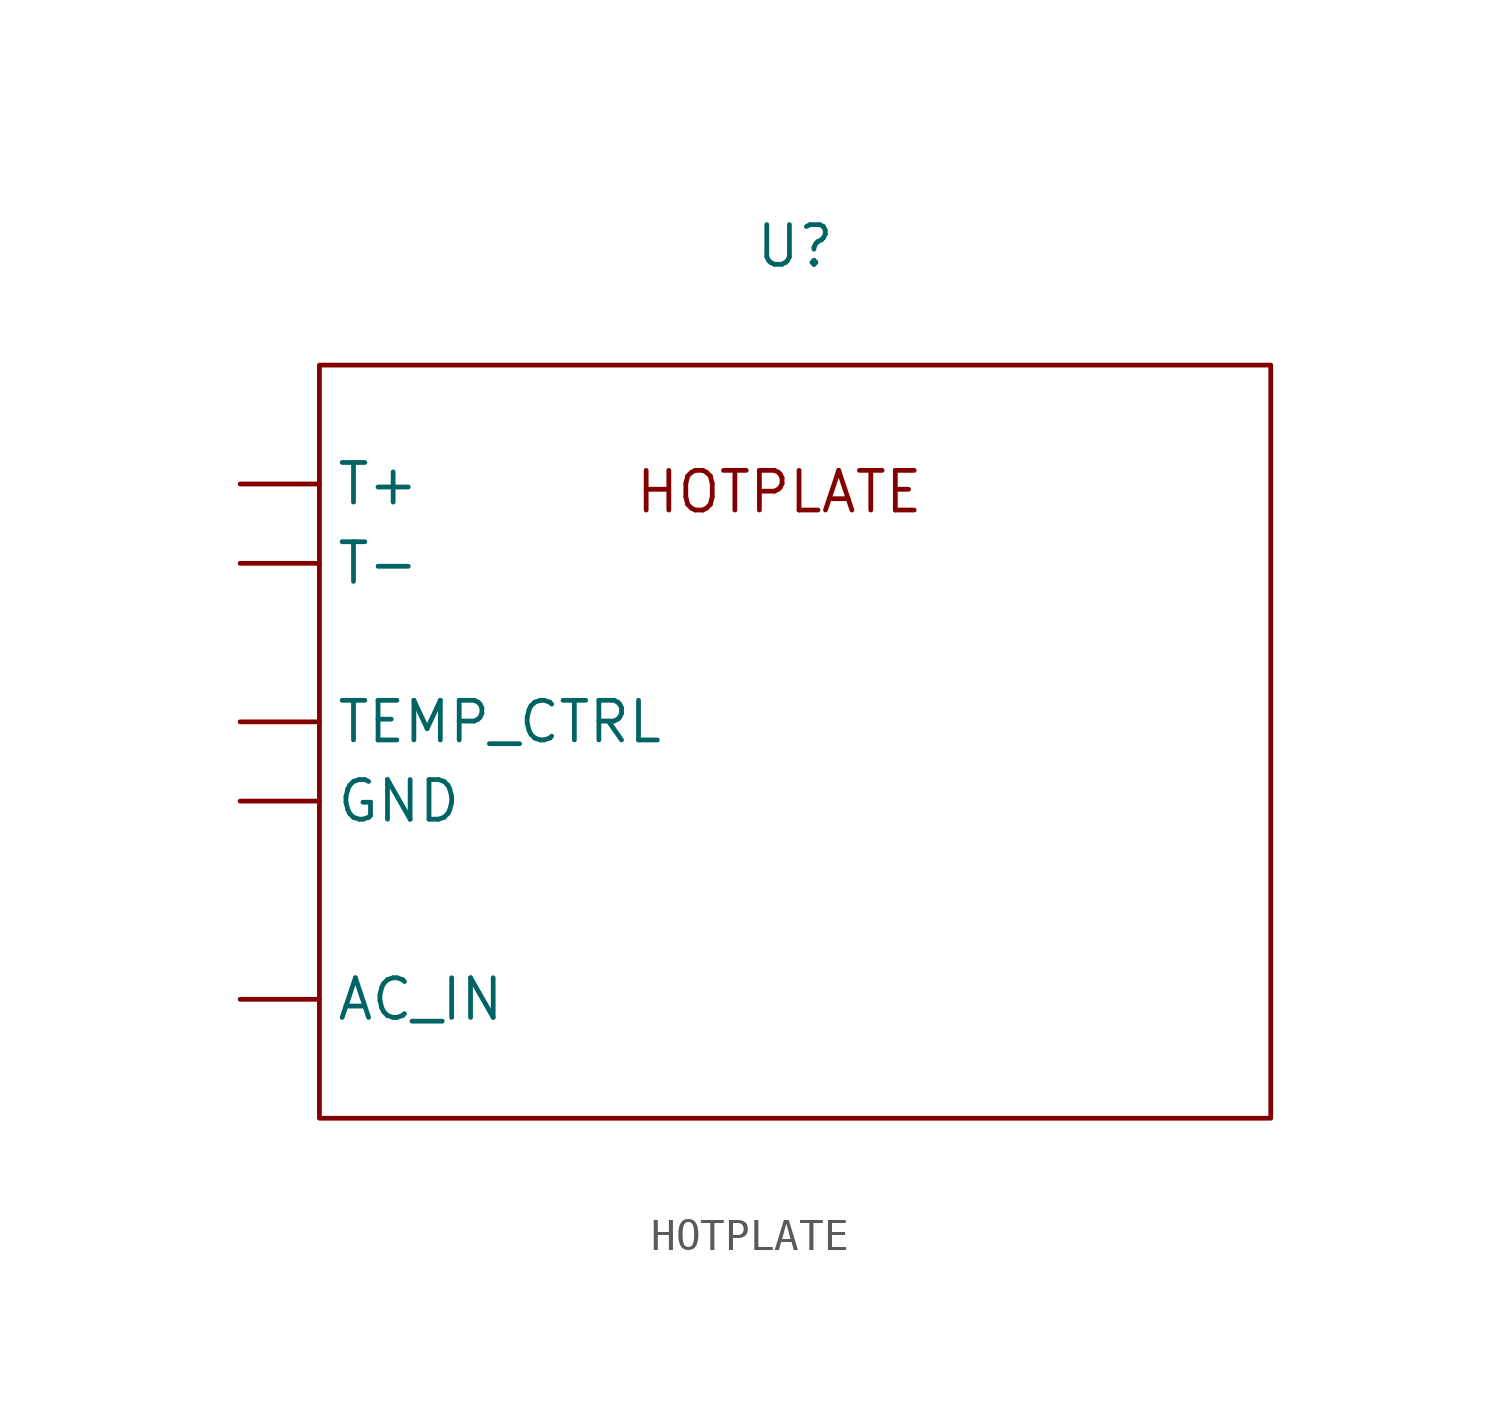
<source format=kicad_sym>
(kicad_symbol_lib
  (version 20231120)
  (generator "kicad_symbol_editor")
  (generator_version "8.0")
  (symbol "HOTPLATE"
    (property "Reference" "U"
      (at 0 0 0)
      (effects (font (size 1.27 1.27))))
    (property "Value" ""
      (at 0 0 0)
      (effects (font (size 1.27 1.27))))
    (symbol "HOTPLATE_0_1"
      (rectangle (start -15.24 -3.81) (end 15.24 -27.94) (stroke (width 0) (type default)) (fill (type none))))
    (symbol "HOTPLATE_1_1"
      (text "HOTPLATE\n" (at -0.508 -7.874 0) (effects (font (size 1.27 1.27))))
      (pin input line (at -17.78 -24.13 0) (length 2.54) (name "AC_IN" (effects (font (size 1.27 1.27)))) (number "" (effects (font (size 1.27 1.27)))))
      (pin input line (at -17.78 -17.78 0) (length 2.54) (name "GND" (effects (font (size 1.27 1.27)))) (number "" (effects (font (size 1.27 1.27)))))
      (pin input line (at -17.78 -7.62 0) (length 2.54) (name "T+" (effects (font (size 1.27 1.27)))) (number "" (effects (font (size 1.27 1.27)))))
      (pin input line (at -17.78 -10.16 0) (length 2.54) (name "T-" (effects (font (size 1.27 1.27)))) (number "" (effects (font (size 1.27 1.27)))))
      (pin input line (at -17.78 -15.24 0) (length 2.54) (name "TEMP_CTRL" (effects (font (size 1.27 1.27)))) (number "" (effects (font (size 1.27 1.27))))))))
</source>
